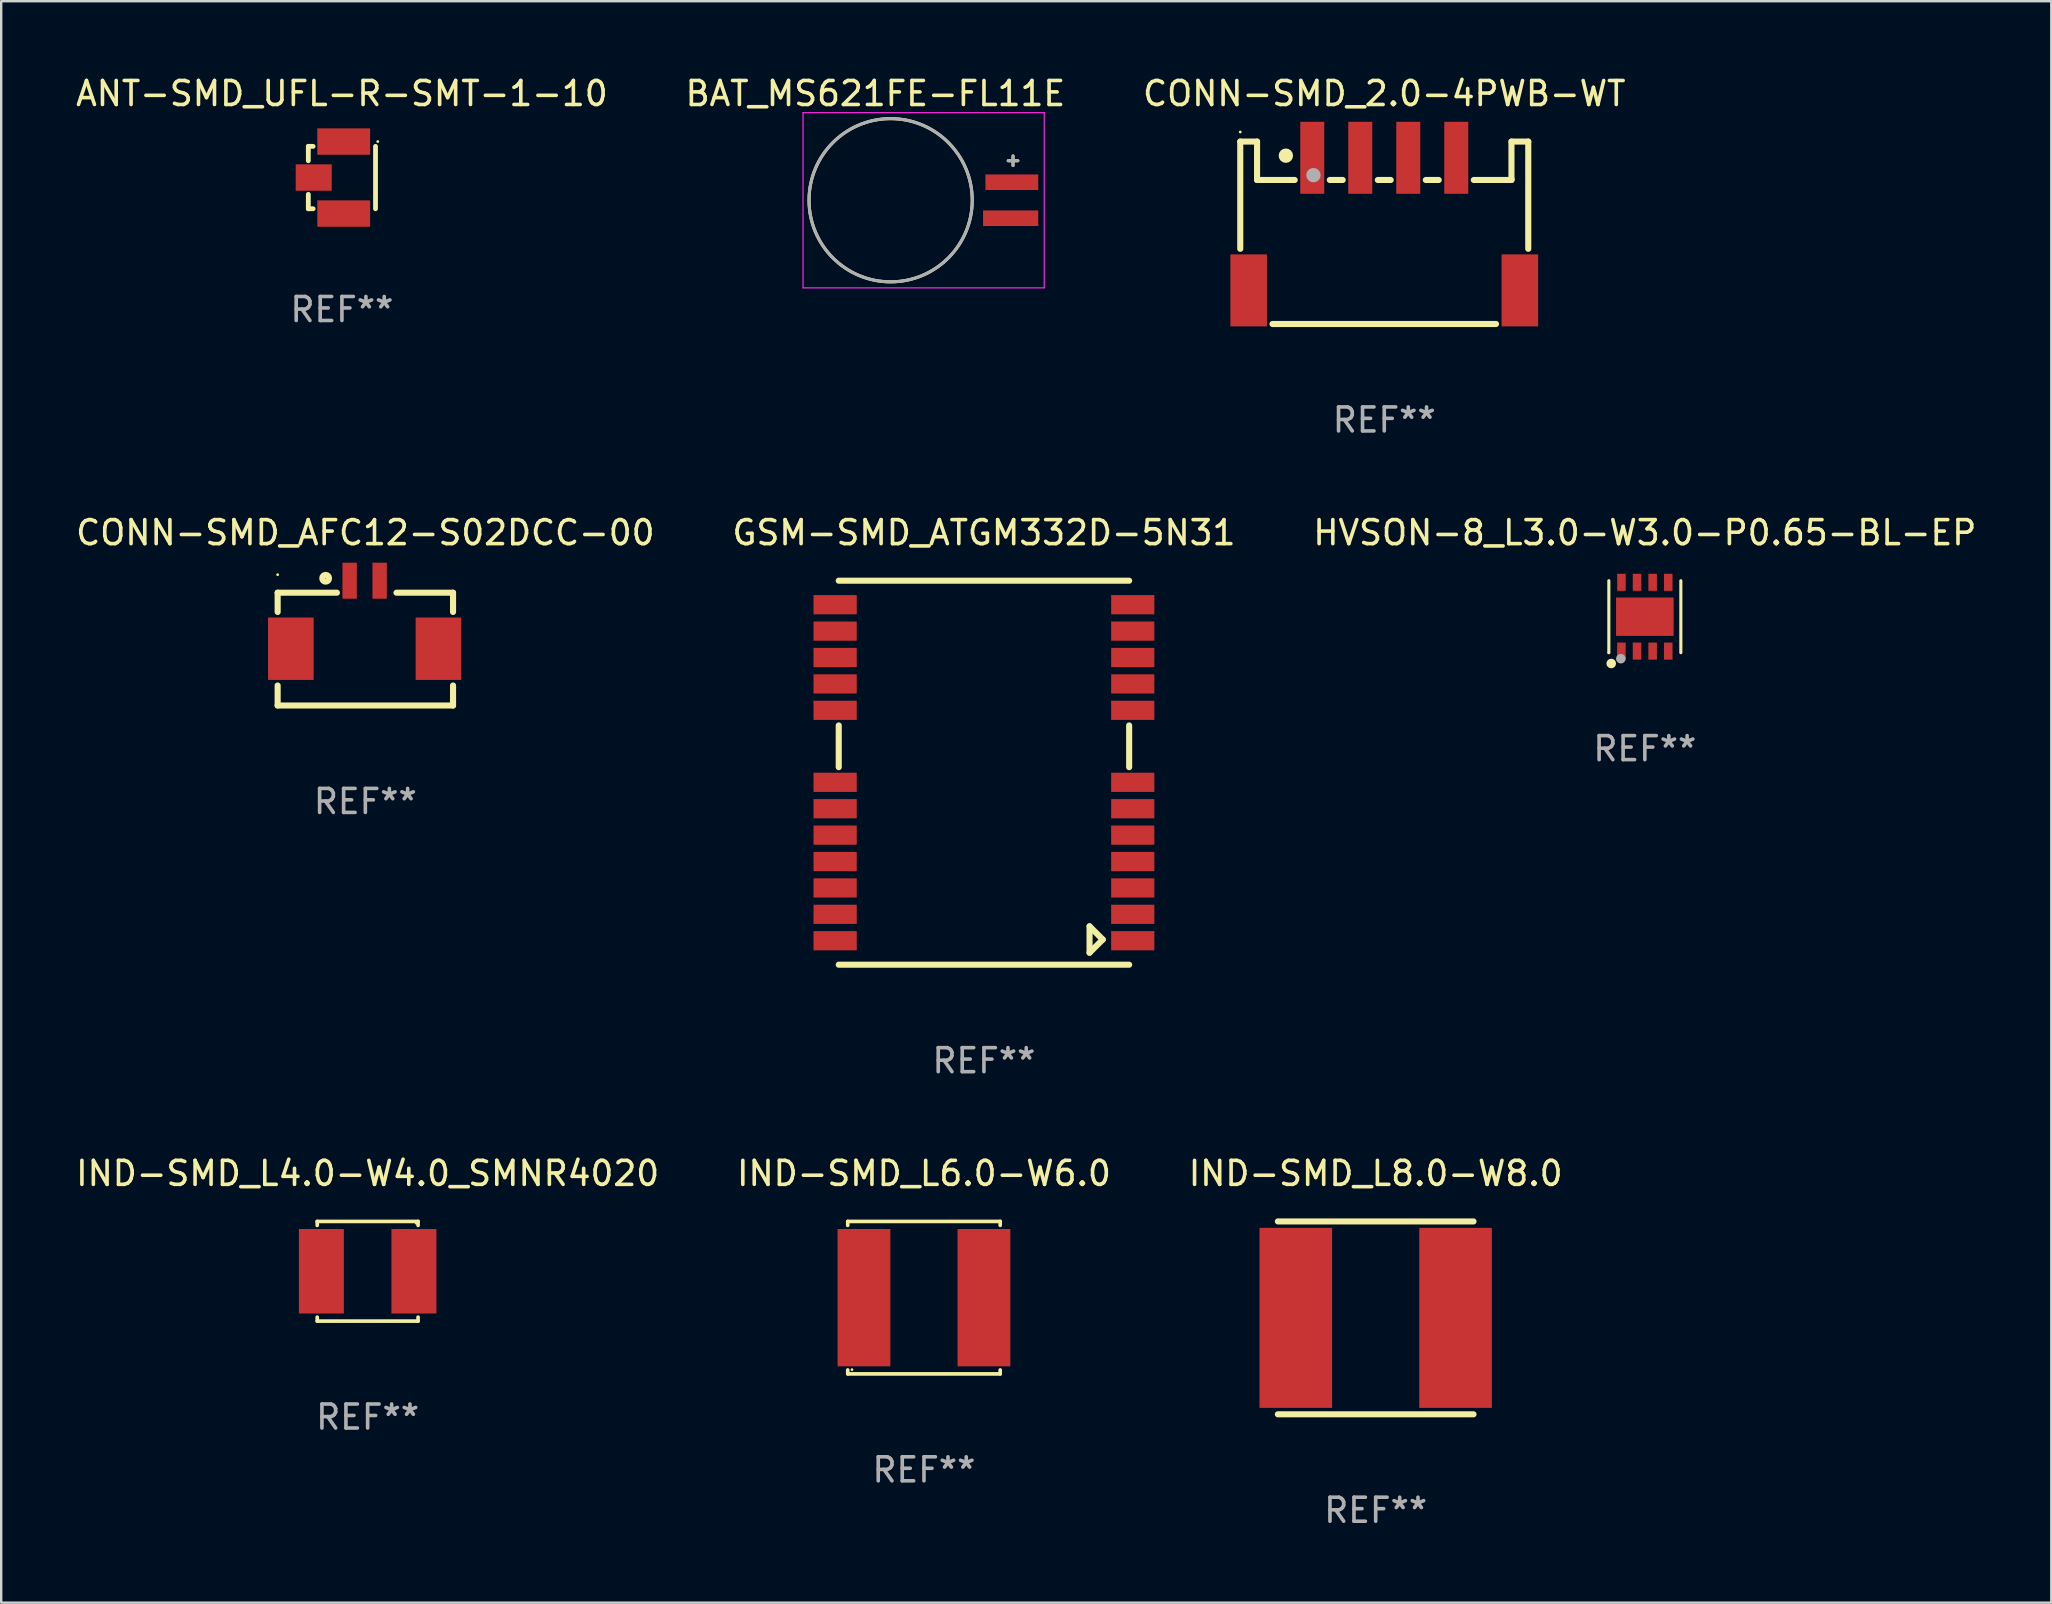
<source format=kicad_pcb>
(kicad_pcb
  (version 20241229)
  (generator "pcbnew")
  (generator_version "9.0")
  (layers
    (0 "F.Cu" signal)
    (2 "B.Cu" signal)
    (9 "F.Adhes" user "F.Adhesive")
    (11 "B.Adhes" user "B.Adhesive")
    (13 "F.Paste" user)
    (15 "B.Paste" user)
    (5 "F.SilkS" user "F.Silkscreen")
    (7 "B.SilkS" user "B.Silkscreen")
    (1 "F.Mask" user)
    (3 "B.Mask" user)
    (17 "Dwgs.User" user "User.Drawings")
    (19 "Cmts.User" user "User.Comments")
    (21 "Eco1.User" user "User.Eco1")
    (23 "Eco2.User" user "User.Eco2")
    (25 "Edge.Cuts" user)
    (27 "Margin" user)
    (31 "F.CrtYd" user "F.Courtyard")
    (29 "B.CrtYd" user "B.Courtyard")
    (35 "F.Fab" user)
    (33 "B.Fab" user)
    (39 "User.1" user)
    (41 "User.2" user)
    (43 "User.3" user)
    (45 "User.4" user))
  (footprint "GSM-SMD_ATGM332D-5N31"
    (layer "F.Cu")
    (at 37.946 29.145)
    (property "Reference" "GSM-SMD_ATGM332D-5N31" (at 0 -10 0) (layer "F.SilkS") (effects (font (size 1 1) (thickness 0.15))))
    (attr through_hole)
    (fp_line (start -6.05 -1.969) (end -6.05 -0.231) (stroke (width 0.254) (type solid)) (layer "F.SilkS"))
    (fp_line (start -6.05 8) (end 6.05 8) (stroke (width 0.254) (type solid)) (layer "F.SilkS"))
    (fp_line (start 4.4 6.4) (end 4.95 6.95) (stroke (width 0.254) (type solid)) (layer "F.SilkS"))
    (fp_line (start 4.4 7.5) (end 4.4 6.4) (stroke (width 0.254) (type solid)) (layer "F.SilkS"))
    (fp_line (start 4.95 6.95) (end 4.4 7.5) (stroke (width 0.254) (type solid)) (layer "F.SilkS"))
    (fp_line (start 6.05 -8) (end -6.05 -8) (stroke (width 0.254) (type solid)) (layer "F.SilkS"))
    (fp_line (start 6.05 -1.969) (end 6.05 -0.231) (stroke (width 0.254) (type solid)) (layer "F.SilkS"))
    (fp_circle (center 6.1 8) (end 6.13 8) (stroke (width 0.06) (type solid)) (fill no) (layer "F.SilkS"))
    (fp_text user "REF**" (at 0 12 0) (layer "F.Fab") (effects (font (size 1 1) (thickness 0.15))))
    (pad "1" smd rect (at 6.2 7 270) (size 0.8 1.8) (layers "F.Cu" "F.Mask" "F.Paste"))
    (pad "2" smd rect (at 6.2 5.9 270) (size 0.8 1.8) (layers "F.Cu" "F.Mask" "F.Paste"))
    (pad "3" smd rect (at 6.2 4.8 270) (size 0.8 1.8) (layers "F.Cu" "F.Mask" "F.Paste"))
    (pad "4" smd rect (at 6.2 3.7 270) (size 0.8 1.8) (layers "F.Cu" "F.Mask" "F.Paste"))
    (pad "5" smd rect (at 6.2 2.6 270) (size 0.8 1.8) (layers "F.Cu" "F.Mask" "F.Paste"))
    (pad "6" smd rect (at 6.2 1.5 270) (size 0.8 1.8) (layers "F.Cu" "F.Mask" "F.Paste"))
    (pad "7" smd rect (at 6.2 0.4 270) (size 0.8 1.8) (layers "F.Cu" "F.Mask" "F.Paste"))
    (pad "8" smd rect (at 6.2 -2.6 270) (size 0.8 1.8) (layers "F.Cu" "F.Mask" "F.Paste"))
    (pad "9" smd rect (at 6.2 -3.7 270) (size 0.8 1.8) (layers "F.Cu" "F.Mask" "F.Paste"))
    (pad "10" smd rect (at 6.2 -4.8 270) (size 0.8 1.8) (layers "F.Cu" "F.Mask" "F.Paste"))
    (pad "11" smd rect (at 6.2 -5.9 270) (size 0.8 1.8) (layers "F.Cu" "F.Mask" "F.Paste"))
    (pad "12" smd rect (at 6.2 -7 270) (size 0.8 1.8) (layers "F.Cu" "F.Mask" "F.Paste"))
    (pad "13" smd rect (at -6.2 -7 270) (size 0.8 1.8) (layers "F.Cu" "F.Mask" "F.Paste"))
    (pad "14" smd rect (at -6.2 -5.9 270) (size 0.8 1.8) (layers "F.Cu" "F.Mask" "F.Paste"))
    (pad "15" smd rect (at -6.2 -4.8 270) (size 0.8 1.8) (layers "F.Cu" "F.Mask" "F.Paste"))
    (pad "16" smd rect (at -6.2 -3.7 270) (size 0.8 1.8) (layers "F.Cu" "F.Mask" "F.Paste"))
    (pad "17" smd rect (at -6.2 -2.6 270) (size 0.8 1.8) (layers "F.Cu" "F.Mask" "F.Paste"))
    (pad "18" smd rect (at -6.2 0.4 270) (size 0.8 1.8) (layers "F.Cu" "F.Mask" "F.Paste"))
    (pad "19" smd rect (at -6.2 1.5 270) (size 0.8 1.8) (layers "F.Cu" "F.Mask" "F.Paste"))
    (pad "20" smd rect (at -6.2 2.6 270) (size 0.8 1.8) (layers "F.Cu" "F.Mask" "F.Paste"))
    (pad "21" smd rect (at -6.2 3.7 270) (size 0.8 1.8) (layers "F.Cu" "F.Mask" "F.Paste"))
    (pad "22" smd rect (at -6.2 4.8 270) (size 0.8 1.8) (layers "F.Cu" "F.Mask" "F.Paste"))
    (pad "23" smd rect (at -6.2 5.9 270) (size 0.8 1.8) (layers "F.Cu" "F.Mask" "F.Paste"))
    (pad "24" smd rect (at -6.2 7 270) (size 0.8 1.8) (layers "F.Cu" "F.Mask" "F.Paste")))
  (footprint "HVSON-8_L3.0-W3.0-P0.65-BL-EP"
    (layer "F.Cu")
    (at 65.482 22.645)
    (property "Reference" "HVSON-8_L3.0-W3.0-P0.65-BL-EP" (at 0 -3.5 0) (layer "F.SilkS") (effects (font (size 1 1) (thickness 0.15))))
    (attr through_hole)
    (fp_line (start -1.5 1.5) (end -1.5 -1.5) (stroke (width 0.129) (type solid)) (layer "F.SilkS"))
    (fp_line (start 1.5 -1.5) (end 1.5 1.5) (stroke (width 0.129) (type solid)) (layer "F.SilkS"))
    (fp_circle (center -1.5 1.5) (end -1.47 1.5) (stroke (width 0.06) (type solid)) (fill no) (layer "F.SilkS"))
    (fp_circle (center -1.4 1.95) (end -1.3 1.95) (stroke (width 0.2) (type solid)) (fill no) (layer "F.SilkS"))
    (fp_circle (center -1 1.75) (end -0.9 1.75) (stroke (width 0.2) (type solid)) (fill no) (layer "F.Fab"))
    (fp_text user "REF**" (at 0 5.5 0) (layer "F.Fab") (effects (font (size 1 1) (thickness 0.15))))
    (pad "1" smd rect (at -0.975 1.433) (size 0.356 0.711) (layers "F.Cu" "F.Mask" "F.Paste"))
    (pad "2" smd rect (at -0.325 1.433) (size 0.356 0.711) (layers "F.Cu" "F.Mask" "F.Paste"))
    (pad "3" smd rect (at 0.325 1.433) (size 0.356 0.711) (layers "F.Cu" "F.Mask" "F.Paste"))
    (pad "4" smd rect (at 0.975 1.433) (size 0.356 0.711) (layers "F.Cu" "F.Mask" "F.Paste"))
    (pad "5" smd rect (at 0.975 -1.433) (size 0.356 0.711) (layers "F.Cu" "F.Mask" "F.Paste"))
    (pad "6" smd rect (at 0.325 -1.433) (size 0.356 0.711) (layers "F.Cu" "F.Mask" "F.Paste"))
    (pad "7" smd rect (at -0.325 -1.433) (size 0.356 0.711) (layers "F.Cu" "F.Mask" "F.Paste"))
    (pad "8" smd rect (at -0.975 -1.433) (size 0.356 0.711) (layers "F.Cu" "F.Mask" "F.Paste"))
    (pad "9" smd rect (at 0 0) (size 2.4 1.6) (layers "F.Cu" "F.Mask" "F.Paste")))
  (footprint "IND-SMD_L4.0-W4.0_SMNR4020"
    (layer "F.Cu")
    (at 12.268 49.917)
    (property "Reference" "IND-SMD_L4.0-W4.0_SMNR4020" (at 0 -4.076 0) (layer "F.SilkS") (effects (font (size 1 1) (thickness 0.15))))
    (attr through_hole)
    (fp_line (start -2.101 -2.076) (end 2.101 -2.076) (stroke (width 0.152) (type solid)) (layer "F.SilkS"))
    (fp_line (start -2.101 -1.912) (end -2.101 -2.076) (stroke (width 0.152) (type solid)) (layer "F.SilkS"))
    (fp_line (start -2.101 1.912) (end -2.101 2.076) (stroke (width 0.152) (type solid)) (layer "F.SilkS"))
    (fp_line (start -2.101 2.076) (end 2.101 2.076) (stroke (width 0.152) (type solid)) (layer "F.SilkS"))
    (fp_line (start 2.101 -2.076) (end 2.101 -1.912) (stroke (width 0.152) (type solid)) (layer "F.SilkS"))
    (fp_line (start 2.101 2.076) (end 2.101 1.912) (stroke (width 0.152) (type solid)) (layer "F.SilkS"))
    (fp_circle (center 2.025 -2) (end 2.055 -2) (stroke (width 0.06) (type solid)) (fill no) (layer "F.SilkS"))
    (fp_text user "REF**" (at 0 6.076 0) (layer "F.Fab") (effects (font (size 1 1) (thickness 0.15))))
    (pad "1" smd rect (at 1.928 0) (size 1.874 3.52) (layers "F.Cu" "F.Mask" "F.Paste"))
    (pad "2" smd rect (at -1.928 0) (size 1.874 3.52) (layers "F.Cu" "F.Mask" "F.Paste")))
  (footprint "IND-SMD_L8.0-W8.0"
    (layer "F.Cu")
    (at 54.268 51.859)
    (property "Reference" "IND-SMD_L8.0-W8.0" (at 0 -6.018 0) (layer "F.SilkS") (effects (font (size 1 1) (thickness 0.15))))
    (attr through_hole)
    (fp_line (start -4.076 -4.018) (end 4.076 -4.018) (stroke (width 0.254) (type solid)) (layer "F.SilkS"))
    (fp_line (start -4.076 4.018) (end 4.076 4.018) (stroke (width 0.254) (type solid)) (layer "F.SilkS"))
    (fp_circle (center -3.97 3.97) (end -3.94 3.97) (stroke (width 0.06) (type solid)) (fill no) (layer "F.SilkS"))
    (fp_text user "REF**" (at 0 8.018 0) (layer "F.Fab") (effects (font (size 1 1) (thickness 0.15))))
    (pad "1" smd rect (at 3.328 0) (size 3.024 7.5) (layers "F.Cu" "F.Mask" "F.Paste"))
    (pad "2" smd rect (at -3.328 0) (size 3.024 7.5) (layers "F.Cu" "F.Mask" "F.Paste")))
  (footprint "CONN-SMD_2.0-4PWB-WT"
    (layer "F.Cu")
    (at 54.625 6.286)
    (property "Reference" "CONN-SMD_2.0-4PWB-WT" (at 0 -5.437 0) (layer "F.SilkS") (effects (font (size 1 1) (thickness 0.15))))
    (attr through_hole)
    (fp_line (start -6 -3.437) (end -5.3 -3.437) (stroke (width 0.254) (type solid)) (layer "F.SilkS"))
    (fp_line (start -6 1.031) (end -6 -3.437) (stroke (width 0.254) (type solid)) (layer "F.SilkS"))
    (fp_line (start -5.3 -3.437) (end -5.3 -1.837) (stroke (width 0.254) (type solid)) (layer "F.SilkS"))
    (fp_line (start -5.3 -1.837) (end -3.731 -1.837) (stroke (width 0.254) (type solid)) (layer "F.SilkS"))
    (fp_line (start -2.269 -1.837) (end -1.731 -1.837) (stroke (width 0.254) (type solid)) (layer "F.SilkS"))
    (fp_line (start -0.269 -1.837) (end 0.269 -1.837) (stroke (width 0.254) (type solid)) (layer "F.SilkS"))
    (fp_line (start 1.731 -1.837) (end 2.269 -1.837) (stroke (width 0.254) (type solid)) (layer "F.SilkS"))
    (fp_line (start 3.731 -1.837) (end 5.25 -1.837) (stroke (width 0.254) (type solid)) (layer "F.SilkS"))
    (fp_line (start 4.657 4.163) (end -4.657 4.163) (stroke (width 0.254) (type solid)) (layer "F.SilkS"))
    (fp_line (start 5.25 -1.838) (end 5.3 -1.837) (stroke (width 0.254) (type solid)) (layer "F.SilkS"))
    (fp_line (start 5.25 -1.837) (end 5.25 -1.838) (stroke (width 0.254) (type solid)) (layer "F.SilkS"))
    (fp_line (start 5.3 -3.437) (end 6 -3.437) (stroke (width 0.254) (type solid)) (layer "F.SilkS"))
    (fp_line (start 5.3 -1.888) (end 5.3 -3.437) (stroke (width 0.254) (type solid)) (layer "F.SilkS"))
    (fp_line (start 5.3 -1.837) (end 5.3 -1.888) (stroke (width 0.254) (type solid)) (layer "F.SilkS"))
    (fp_line (start 6 -3.437) (end 6 1.031) (stroke (width 0.254) (type solid)) (layer "F.SilkS"))
    (fp_circle (center -6 -3.837) (end -5.97 -3.837) (stroke (width 0.06) (type solid)) (fill no) (layer "F.SilkS"))
    (fp_circle (center -4.1 -2.85) (end -3.95 -2.85) (stroke (width 0.3) (type solid)) (fill no) (layer "F.SilkS"))
    (fp_circle (center -2.95 -2.038) (end -2.8 -2.038) (stroke (width 0.3) (type solid)) (fill no) (layer "F.Fab"))
    (fp_text user "REF**" (at 0 8.163 0) (layer "F.Fab") (effects (font (size 1 1) (thickness 0.15))))
    (pad "1" smd rect (at -3 -2.762) (size 1 3) (layers "F.Cu" "F.Mask" "F.Paste"))
    (pad "2" smd rect (at -1 -2.762) (size 1 3) (layers "F.Cu" "F.Mask" "F.Paste"))
    (pad "3" smd rect (at 1 -2.762) (size 1 3) (layers "F.Cu" "F.Mask" "F.Paste"))
    (pad "4" smd rect (at 3 -2.762) (size 1 3) (layers "F.Cu" "F.Mask" "F.Paste"))
    (pad "5" smd rect (at -5.65 2.763) (size 1.524 3) (layers "F.Cu" "F.Mask" "F.Paste"))
    (pad "6" smd rect (at 5.65 2.763) (size 1.524 3) (layers "F.Cu" "F.Mask" "F.Paste")))
  (footprint "CONN-SMD_AFC12-S02DCC-00"
    (layer "F.Cu")
    (at 12.143 22.562)
    (property "Reference" "CONN-SMD_AFC12-S02DCC-00" (at 0.029 -3.417 0) (layer "F.SilkS") (effects (font (size 1 1) (thickness 0.15))))
    (attr through_hole)
    (fp_line (start -3.625 -0.917) (end -1.156 -0.917) (stroke (width 0.254) (type solid)) (layer "F.SilkS"))
    (fp_line (start -3.625 -0.114) (end -3.625 -0.917) (stroke (width 0.254) (type solid)) (layer "F.SilkS"))
    (fp_line (start -3.625 3.782) (end -3.625 2.949) (stroke (width 0.254) (type solid)) (layer "F.SilkS"))
    (fp_line (start -3.625 3.782) (end 3.683 3.782) (stroke (width 0.254) (type solid)) (layer "F.SilkS"))
    (fp_line (start 3.683 -0.917) (end 1.326 -0.917) (stroke (width 0.254) (type solid)) (layer "F.SilkS"))
    (fp_line (start 3.683 -0.114) (end 3.683 -0.917) (stroke (width 0.254) (type solid)) (layer "F.SilkS"))
    (fp_line (start 3.683 3.049) (end 3.683 2.949) (stroke (width 0.254) (type solid)) (layer "F.SilkS"))
    (fp_line (start 3.683 3.049) (end 3.683 3.782) (stroke (width 0.254) (type solid)) (layer "F.SilkS"))
    (fp_circle (center -3.625 -1.667) (end -3.595 -1.667) (stroke (width 0.06) (type solid)) (fill no) (layer "F.SilkS"))
    (fp_circle (center -1.625 -1.518) (end -1.484 -1.518) (stroke (width 0.254) (type solid)) (fill no) (layer "F.SilkS"))
    (fp_text user "REF**" (at 0.029 7.782 0) (layer "F.Fab") (effects (font (size 1 1) (thickness 0.15))))
    (pad "1" smd rect (at -0.625 -1.417) (size 0.6 1.5) (layers "F.Cu" "F.Mask" "F.Paste"))
    (pad "2" smd rect (at 0.625 -1.417) (size 0.6 1.5) (layers "F.Cu" "F.Mask" "F.Paste"))
    (pad "3" smd rect (at 3.075 1.417) (size 1.9 2.6) (layers "F.Cu" "F.Mask" "F.Paste"))
    (pad "4" smd rect (at -3.075 1.417) (size 1.9 2.6) (layers "F.Cu" "F.Mask" "F.Paste")))
  (footprint "ANT-SMD_UFL-R-SMT-1-10"
    (layer "F.Cu")
    (at 10.646 4.348)
    (property "Reference" "ANT-SMD_UFL-R-SMT-1-10" (at 0.55 -3.5 0) (layer "F.SilkS") (effects (font (size 1 1) (thickness 0.15))))
    (attr through_hole)
    (fp_line (start -0.85 1.3) (end -0.85 0.7) (stroke (width 0.2) (type solid)) (layer "F.SilkS"))
    (fp_line (start -0.85 -1.3) (end -0.65 -1.3) (stroke (width 0.2) (type solid)) (layer "F.SilkS"))
    (fp_line (start -0.85 -0.7) (end -0.85 -1.3) (stroke (width 0.2) (type solid)) (layer "F.SilkS"))
    (fp_line (start -0.65 1.3) (end -0.85 1.3) (stroke (width 0.2) (type solid)) (layer "F.SilkS"))
    (fp_line (start 1.95 -1.3) (end 1.95 1.3) (stroke (width 0.2) (type solid)) (layer "F.SilkS"))
    (fp_circle (center 2.044 -1.5) (end 2.074 -1.5) (stroke (width 0.06) (type solid)) (fill no) (layer "F.SilkS"))
    (fp_text user "REF**" (at 0.55 5.5 0) (layer "F.Fab") (effects (font (size 1 1) (thickness 0.15))))
    (pad "1" smd rect (at 0.625 -1.5 270) (size 1.1 2.2) (layers "F.Cu" "F.Mask" "F.Paste"))
    (pad "2" smd rect (at -0.625 -0.001) (size 1.5 1.1) (layers "F.Cu" "F.Mask" "F.Paste"))
    (pad "3" smd rect (at 0.625 1.5 270) (size 1.1 2.2) (layers "F.Cu" "F.Mask" "F.Paste")))
  (footprint "IND-SMD_L6.0-W6.0"
    (layer "F.Cu")
    (at 35.447 51.017)
    (property "Reference" "IND-SMD_L6.0-W6.0" (at -0.000127 -5.176 0) (layer "F.SilkS") (effects (font (size 1 1) (thickness 0.15))))
    (attr through_hole)
    (fp_line (start -3.176 -3.176) (end 3.176 -3.176) (stroke (width 0.152) (type solid)) (layer "F.SilkS"))
    (fp_line (start -3.176 -3.012) (end -3.176 -3.176) (stroke (width 0.152) (type solid)) (layer "F.SilkS"))
    (fp_line (start -3.176 3.012) (end -3.176 3.176) (stroke (width 0.152) (type solid)) (layer "F.SilkS"))
    (fp_line (start -3.176 3.176) (end 3.176 3.176) (stroke (width 0.152) (type solid)) (layer "F.SilkS"))
    (fp_line (start 3.176 -3.176) (end 3.176 -3.012) (stroke (width 0.152) (type solid)) (layer "F.SilkS"))
    (fp_line (start 3.176 3.176) (end 3.176 3.012) (stroke (width 0.152) (type solid)) (layer "F.SilkS"))
    (fp_circle (center -3 3) (end -2.97 3) (stroke (width 0.06) (type solid)) (fill no) (layer "F.SilkS"))
    (fp_text user "REF**" (at -0.000127 7.176 0) (layer "F.Fab") (effects (font (size 1 1) (thickness 0.15))))
    (pad "1" smd rect (at -2.5 0) (size 2.2 5.72) (layers "F.Cu" "F.Mask" "F.Paste"))
    (pad "2" smd rect (at 2.5 0) (size 2.2 5.72) (layers "F.Cu" "F.Mask" "F.Paste")))
  (footprint "BAT_MS621FE-FL11E"
    (layer "F.Cu")
    (at 34.058 5.293)
    (property "Reference" "BAT_MS621FE-FL11E" (at -0.635 -4.445 0) (layer "F.SilkS") (effects (font (size 1 1) (thickness 0.15))))
    (attr smd)
    (fp_line (start 4.9 -1.646) (end 5.3 -1.646) (stroke (width 0.127) (type solid)) (layer "F.SilkS"))
    (fp_line (start 5.1 -1.846) (end 5.1 -1.446) (stroke (width 0.127) (type solid)) (layer "F.SilkS"))
    (fp_circle (center 0 0) (end 3.4 0) (stroke (width 0.127) (type solid)) (fill no) (layer "F.SilkS"))
    (fp_line (start -3.65 -3.65) (end 6.4 -3.65) (stroke (width 0.05) (type solid)) (layer "F.CrtYd"))
    (fp_line (start -3.65 3.65) (end -3.65 -3.65) (stroke (width 0.05) (type solid)) (layer "F.CrtYd"))
    (fp_line (start 6.4 -3.65) (end 6.4 3.65) (stroke (width 0.05) (type solid)) (layer "F.CrtYd"))
    (fp_line (start 6.4 3.65) (end -3.65 3.65) (stroke (width 0.05) (type solid)) (layer "F.CrtYd"))
    (fp_line (start 4.9 -1.646) (end 5.3 -1.646) (stroke (width 0.127) (type solid)) (layer "F.Fab"))
    (fp_line (start 5.1 -1.846) (end 5.1 -1.446) (stroke (width 0.127) (type solid)) (layer "F.Fab"))
    (fp_circle (center 0 0) (end 3.4 0) (stroke (width 0.127) (type solid)) (fill no) (layer "F.Fab"))
    (pad "+" smd rect (at 5.05 -0.75) (size 2.2 0.65) (layers "F.Cu" "F.Mask" "F.Paste"))
    (pad "-" smd rect (at 5 0.75) (size 2.3 0.65) (layers "F.Cu" "F.Mask" "F.Paste")))
  (gr_rect
    (start -3 -3)
    (end 82.417 63.726)
    (stroke (width 0.1) (type default))
    (fill no)
    (layer "Edge.Cuts")))
</source>
